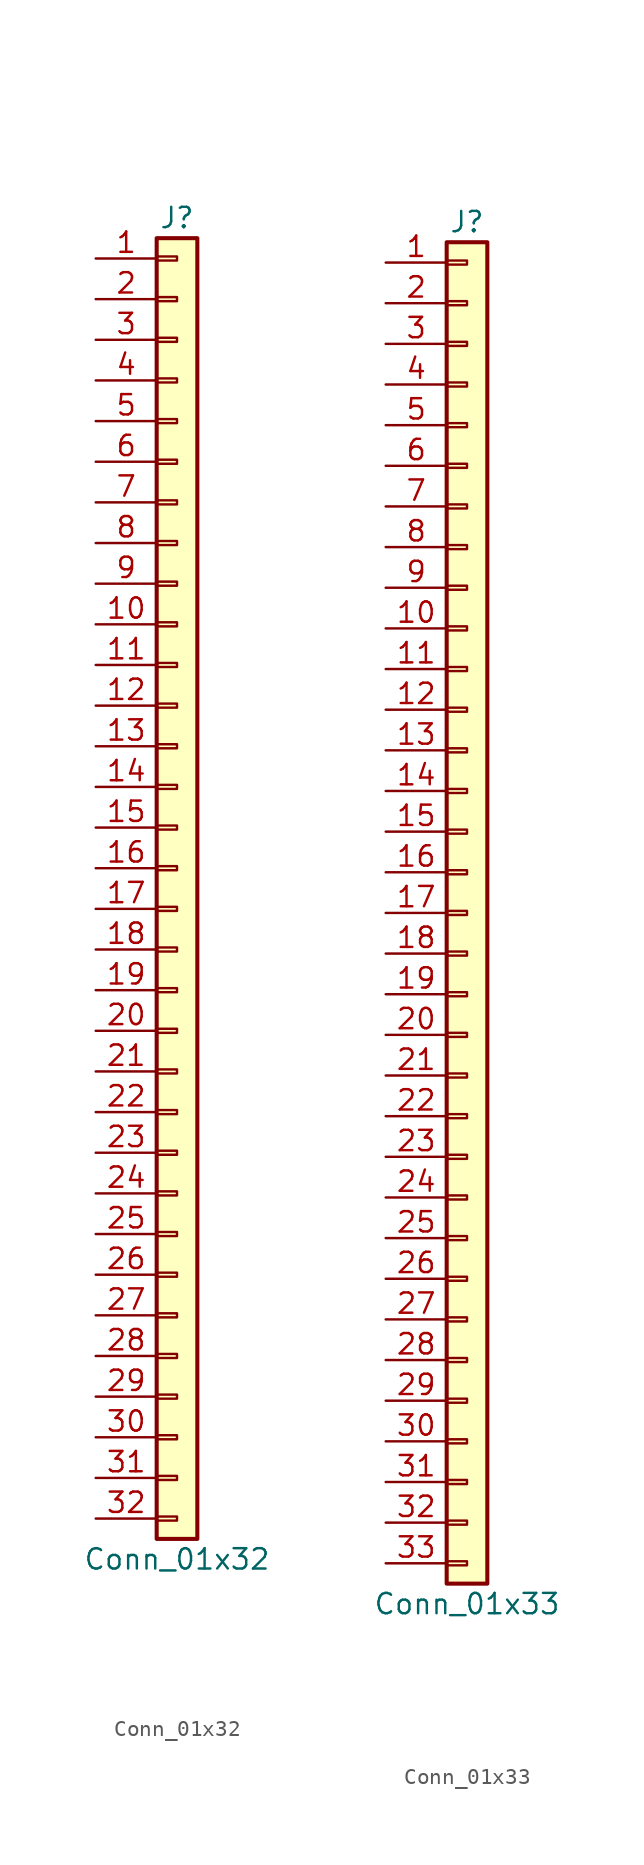
<source format=kicad_sym>
(kicad_symbol_lib
  (version 20201005)
  (generator kicad_symbol_editor)
  (symbol "Conn_01x32"
    (pin_names
      (offset 1.016) hide)
    (property "Reference" "J"
      (at 0 40.64 0)
      (effects (font (size 1.27 1.27))))
    (property "Value" "Conn_01x32"
      (at 0 -43.18 0)
      (effects (font (size 1.27 1.27))))
    (symbol "Conn_01x32_1_1"
      (rectangle (start -1.27 -40.513) (end 0 -40.767) (stroke (width 0.152)) (fill (type none)))
      (rectangle (start -1.27 -37.973) (end 0 -38.227) (stroke (width 0.152)) (fill (type none)))
      (rectangle (start -1.27 -35.433) (end 0 -35.687) (stroke (width 0.152)) (fill (type none)))
      (rectangle (start -1.27 -32.893) (end 0 -33.147) (stroke (width 0.152)) (fill (type none)))
      (rectangle (start -1.27 -30.353) (end 0 -30.607) (stroke (width 0.152)) (fill (type none)))
      (rectangle (start -1.27 -27.813) (end 0 -28.067) (stroke (width 0.152)) (fill (type none)))
      (rectangle (start -1.27 -25.273) (end 0 -25.527) (stroke (width 0.152)) (fill (type none)))
      (rectangle (start -1.27 -22.733) (end 0 -22.987) (stroke (width 0.152)) (fill (type none)))
      (rectangle (start -1.27 -20.193) (end 0 -20.447) (stroke (width 0.152)) (fill (type none)))
      (rectangle (start -1.27 -17.653) (end 0 -17.907) (stroke (width 0.152)) (fill (type none)))
      (rectangle (start -1.27 -15.113) (end 0 -15.367) (stroke (width 0.152)) (fill (type none)))
      (rectangle (start -1.27 -12.573) (end 0 -12.827) (stroke (width 0.152)) (fill (type none)))
      (rectangle (start -1.27 -10.033) (end 0 -10.287) (stroke (width 0.152)) (fill (type none)))
      (rectangle (start -1.27 -7.493) (end 0 -7.747) (stroke (width 0.152)) (fill (type none)))
      (rectangle (start -1.27 -4.953) (end 0 -5.207) (stroke (width 0.152)) (fill (type none)))
      (rectangle (start -1.27 -2.413) (end 0 -2.667) (stroke (width 0.152)) (fill (type none)))
      (rectangle (start -1.27 0.127) (end 0 -0.127) (stroke (width 0.152)) (fill (type none)))
      (rectangle (start -1.27 2.667) (end 0 2.413) (stroke (width 0.152)) (fill (type none)))
      (rectangle (start -1.27 5.207) (end 0 4.953) (stroke (width 0.152)) (fill (type none)))
      (rectangle (start -1.27 7.747) (end 0 7.493) (stroke (width 0.152)) (fill (type none)))
      (rectangle (start -1.27 10.287) (end 0 10.033) (stroke (width 0.152)) (fill (type none)))
      (rectangle (start -1.27 12.827) (end 0 12.573) (stroke (width 0.152)) (fill (type none)))
      (rectangle (start -1.27 15.367) (end 0 15.113) (stroke (width 0.152)) (fill (type none)))
      (rectangle (start -1.27 17.907) (end 0 17.653) (stroke (width 0.152)) (fill (type none)))
      (rectangle (start -1.27 20.447) (end 0 20.193) (stroke (width 0.152)) (fill (type none)))
      (rectangle (start -1.27 22.987) (end 0 22.733) (stroke (width 0.152)) (fill (type none)))
      (rectangle (start -1.27 25.527) (end 0 25.273) (stroke (width 0.152)) (fill (type none)))
      (rectangle (start -1.27 28.067) (end 0 27.813) (stroke (width 0.152)) (fill (type none)))
      (rectangle (start -1.27 30.607) (end 0 30.353) (stroke (width 0.152)) (fill (type none)))
      (rectangle (start -1.27 33.147) (end 0 32.893) (stroke (width 0.152)) (fill (type none)))
      (rectangle (start -1.27 35.687) (end 0 35.433) (stroke (width 0.152)) (fill (type none)))
      (rectangle (start -1.27 38.227) (end 0 37.973) (stroke (width 0.152)) (fill (type none)))
      (rectangle (start -1.27 39.37) (end 1.27 -41.91) (stroke (width 0.254)) (fill (type background)))
      (pin passive line (at -5.08 38.1 0) (length 3.81) (name "Pin_1" (effects (font (size 1.27 1.27)))) (number "1" (effects (font (size 1.27 1.27)))))
      (pin passive line (at -5.08 15.24 0) (length 3.81) (name "Pin_10" (effects (font (size 1.27 1.27)))) (number "10" (effects (font (size 1.27 1.27)))))
      (pin passive line (at -5.08 12.7 0) (length 3.81) (name "Pin_11" (effects (font (size 1.27 1.27)))) (number "11" (effects (font (size 1.27 1.27)))))
      (pin passive line (at -5.08 10.16 0) (length 3.81) (name "Pin_12" (effects (font (size 1.27 1.27)))) (number "12" (effects (font (size 1.27 1.27)))))
      (pin passive line (at -5.08 7.62 0) (length 3.81) (name "Pin_13" (effects (font (size 1.27 1.27)))) (number "13" (effects (font (size 1.27 1.27)))))
      (pin passive line (at -5.08 5.08 0) (length 3.81) (name "Pin_14" (effects (font (size 1.27 1.27)))) (number "14" (effects (font (size 1.27 1.27)))))
      (pin passive line (at -5.08 2.54 0) (length 3.81) (name "Pin_15" (effects (font (size 1.27 1.27)))) (number "15" (effects (font (size 1.27 1.27)))))
      (pin passive line (at -5.08 0 0) (length 3.81) (name "Pin_16" (effects (font (size 1.27 1.27)))) (number "16" (effects (font (size 1.27 1.27)))))
      (pin passive line (at -5.08 -2.54 0) (length 3.81) (name "Pin_17" (effects (font (size 1.27 1.27)))) (number "17" (effects (font (size 1.27 1.27)))))
      (pin passive line (at -5.08 -5.08 0) (length 3.81) (name "Pin_18" (effects (font (size 1.27 1.27)))) (number "18" (effects (font (size 1.27 1.27)))))
      (pin passive line (at -5.08 -7.62 0) (length 3.81) (name "Pin_19" (effects (font (size 1.27 1.27)))) (number "19" (effects (font (size 1.27 1.27)))))
      (pin passive line (at -5.08 35.56 0) (length 3.81) (name "Pin_2" (effects (font (size 1.27 1.27)))) (number "2" (effects (font (size 1.27 1.27)))))
      (pin passive line (at -5.08 -10.16 0) (length 3.81) (name "Pin_20" (effects (font (size 1.27 1.27)))) (number "20" (effects (font (size 1.27 1.27)))))
      (pin passive line (at -5.08 -12.7 0) (length 3.81) (name "Pin_21" (effects (font (size 1.27 1.27)))) (number "21" (effects (font (size 1.27 1.27)))))
      (pin passive line (at -5.08 -15.24 0) (length 3.81) (name "Pin_22" (effects (font (size 1.27 1.27)))) (number "22" (effects (font (size 1.27 1.27)))))
      (pin passive line (at -5.08 -17.78 0) (length 3.81) (name "Pin_23" (effects (font (size 1.27 1.27)))) (number "23" (effects (font (size 1.27 1.27)))))
      (pin passive line (at -5.08 -20.32 0) (length 3.81) (name "Pin_24" (effects (font (size 1.27 1.27)))) (number "24" (effects (font (size 1.27 1.27)))))
      (pin passive line (at -5.08 -22.86 0) (length 3.81) (name "Pin_25" (effects (font (size 1.27 1.27)))) (number "25" (effects (font (size 1.27 1.27)))))
      (pin passive line (at -5.08 -25.4 0) (length 3.81) (name "Pin_26" (effects (font (size 1.27 1.27)))) (number "26" (effects (font (size 1.27 1.27)))))
      (pin passive line (at -5.08 -27.94 0) (length 3.81) (name "Pin_27" (effects (font (size 1.27 1.27)))) (number "27" (effects (font (size 1.27 1.27)))))
      (pin passive line (at -5.08 -30.48 0) (length 3.81) (name "Pin_28" (effects (font (size 1.27 1.27)))) (number "28" (effects (font (size 1.27 1.27)))))
      (pin passive line (at -5.08 -33.02 0) (length 3.81) (name "Pin_29" (effects (font (size 1.27 1.27)))) (number "29" (effects (font (size 1.27 1.27)))))
      (pin passive line (at -5.08 33.02 0) (length 3.81) (name "Pin_3" (effects (font (size 1.27 1.27)))) (number "3" (effects (font (size 1.27 1.27)))))
      (pin passive line (at -5.08 -35.56 0) (length 3.81) (name "Pin_30" (effects (font (size 1.27 1.27)))) (number "30" (effects (font (size 1.27 1.27)))))
      (pin passive line (at -5.08 -38.1 0) (length 3.81) (name "Pin_31" (effects (font (size 1.27 1.27)))) (number "31" (effects (font (size 1.27 1.27)))))
      (pin passive line (at -5.08 -40.64 0) (length 3.81) (name "Pin_32" (effects (font (size 1.27 1.27)))) (number "32" (effects (font (size 1.27 1.27)))))
      (pin passive line (at -5.08 30.48 0) (length 3.81) (name "Pin_4" (effects (font (size 1.27 1.27)))) (number "4" (effects (font (size 1.27 1.27)))))
      (pin passive line (at -5.08 27.94 0) (length 3.81) (name "Pin_5" (effects (font (size 1.27 1.27)))) (number "5" (effects (font (size 1.27 1.27)))))
      (pin passive line (at -5.08 25.4 0) (length 3.81) (name "Pin_6" (effects (font (size 1.27 1.27)))) (number "6" (effects (font (size 1.27 1.27)))))
      (pin passive line (at -5.08 22.86 0) (length 3.81) (name "Pin_7" (effects (font (size 1.27 1.27)))) (number "7" (effects (font (size 1.27 1.27)))))
      (pin passive line (at -5.08 20.32 0) (length 3.81) (name "Pin_8" (effects (font (size 1.27 1.27)))) (number "8" (effects (font (size 1.27 1.27)))))
      (pin passive line (at -5.08 17.78 0) (length 3.81) (name "Pin_9" (effects (font (size 1.27 1.27)))) (number "9" (effects (font (size 1.27 1.27)))))))
  (symbol "Conn_01x33"
    (pin_names
      (offset 1.016) hide)
    (property "Reference" "J"
      (at 0 43.18 0)
      (effects (font (size 1.27 1.27))))
    (property "Value" "Conn_01x33"
      (at 0 -43.18 0)
      (effects (font (size 1.27 1.27))))
    (symbol "Conn_01x33_1_1"
      (rectangle (start -1.27 -40.513) (end 0 -40.767) (stroke (width 0.152)) (fill (type none)))
      (rectangle (start -1.27 -37.973) (end 0 -38.227) (stroke (width 0.152)) (fill (type none)))
      (rectangle (start -1.27 -35.433) (end 0 -35.687) (stroke (width 0.152)) (fill (type none)))
      (rectangle (start -1.27 -32.893) (end 0 -33.147) (stroke (width 0.152)) (fill (type none)))
      (rectangle (start -1.27 -30.353) (end 0 -30.607) (stroke (width 0.152)) (fill (type none)))
      (rectangle (start -1.27 -27.813) (end 0 -28.067) (stroke (width 0.152)) (fill (type none)))
      (rectangle (start -1.27 -25.273) (end 0 -25.527) (stroke (width 0.152)) (fill (type none)))
      (rectangle (start -1.27 -22.733) (end 0 -22.987) (stroke (width 0.152)) (fill (type none)))
      (rectangle (start -1.27 -20.193) (end 0 -20.447) (stroke (width 0.152)) (fill (type none)))
      (rectangle (start -1.27 -17.653) (end 0 -17.907) (stroke (width 0.152)) (fill (type none)))
      (rectangle (start -1.27 -15.113) (end 0 -15.367) (stroke (width 0.152)) (fill (type none)))
      (rectangle (start -1.27 -12.573) (end 0 -12.827) (stroke (width 0.152)) (fill (type none)))
      (rectangle (start -1.27 -10.033) (end 0 -10.287) (stroke (width 0.152)) (fill (type none)))
      (rectangle (start -1.27 -7.493) (end 0 -7.747) (stroke (width 0.152)) (fill (type none)))
      (rectangle (start -1.27 -4.953) (end 0 -5.207) (stroke (width 0.152)) (fill (type none)))
      (rectangle (start -1.27 -2.413) (end 0 -2.667) (stroke (width 0.152)) (fill (type none)))
      (rectangle (start -1.27 0.127) (end 0 -0.127) (stroke (width 0.152)) (fill (type none)))
      (rectangle (start -1.27 2.667) (end 0 2.413) (stroke (width 0.152)) (fill (type none)))
      (rectangle (start -1.27 5.207) (end 0 4.953) (stroke (width 0.152)) (fill (type none)))
      (rectangle (start -1.27 7.747) (end 0 7.493) (stroke (width 0.152)) (fill (type none)))
      (rectangle (start -1.27 10.287) (end 0 10.033) (stroke (width 0.152)) (fill (type none)))
      (rectangle (start -1.27 12.827) (end 0 12.573) (stroke (width 0.152)) (fill (type none)))
      (rectangle (start -1.27 15.367) (end 0 15.113) (stroke (width 0.152)) (fill (type none)))
      (rectangle (start -1.27 17.907) (end 0 17.653) (stroke (width 0.152)) (fill (type none)))
      (rectangle (start -1.27 20.447) (end 0 20.193) (stroke (width 0.152)) (fill (type none)))
      (rectangle (start -1.27 22.987) (end 0 22.733) (stroke (width 0.152)) (fill (type none)))
      (rectangle (start -1.27 25.527) (end 0 25.273) (stroke (width 0.152)) (fill (type none)))
      (rectangle (start -1.27 28.067) (end 0 27.813) (stroke (width 0.152)) (fill (type none)))
      (rectangle (start -1.27 30.607) (end 0 30.353) (stroke (width 0.152)) (fill (type none)))
      (rectangle (start -1.27 33.147) (end 0 32.893) (stroke (width 0.152)) (fill (type none)))
      (rectangle (start -1.27 35.687) (end 0 35.433) (stroke (width 0.152)) (fill (type none)))
      (rectangle (start -1.27 38.227) (end 0 37.973) (stroke (width 0.152)) (fill (type none)))
      (rectangle (start -1.27 40.767) (end 0 40.513) (stroke (width 0.152)) (fill (type none)))
      (rectangle (start -1.27 41.91) (end 1.27 -41.91) (stroke (width 0.254)) (fill (type background)))
      (pin passive line (at -5.08 40.64 0) (length 3.81) (name "Pin_1" (effects (font (size 1.27 1.27)))) (number "1" (effects (font (size 1.27 1.27)))))
      (pin passive line (at -5.08 17.78 0) (length 3.81) (name "Pin_10" (effects (font (size 1.27 1.27)))) (number "10" (effects (font (size 1.27 1.27)))))
      (pin passive line (at -5.08 15.24 0) (length 3.81) (name "Pin_11" (effects (font (size 1.27 1.27)))) (number "11" (effects (font (size 1.27 1.27)))))
      (pin passive line (at -5.08 12.7 0) (length 3.81) (name "Pin_12" (effects (font (size 1.27 1.27)))) (number "12" (effects (font (size 1.27 1.27)))))
      (pin passive line (at -5.08 10.16 0) (length 3.81) (name "Pin_13" (effects (font (size 1.27 1.27)))) (number "13" (effects (font (size 1.27 1.27)))))
      (pin passive line (at -5.08 7.62 0) (length 3.81) (name "Pin_14" (effects (font (size 1.27 1.27)))) (number "14" (effects (font (size 1.27 1.27)))))
      (pin passive line (at -5.08 5.08 0) (length 3.81) (name "Pin_15" (effects (font (size 1.27 1.27)))) (number "15" (effects (font (size 1.27 1.27)))))
      (pin passive line (at -5.08 2.54 0) (length 3.81) (name "Pin_16" (effects (font (size 1.27 1.27)))) (number "16" (effects (font (size 1.27 1.27)))))
      (pin passive line (at -5.08 0 0) (length 3.81) (name "Pin_17" (effects (font (size 1.27 1.27)))) (number "17" (effects (font (size 1.27 1.27)))))
      (pin passive line (at -5.08 -2.54 0) (length 3.81) (name "Pin_18" (effects (font (size 1.27 1.27)))) (number "18" (effects (font (size 1.27 1.27)))))
      (pin passive line (at -5.08 -5.08 0) (length 3.81) (name "Pin_19" (effects (font (size 1.27 1.27)))) (number "19" (effects (font (size 1.27 1.27)))))
      (pin passive line (at -5.08 38.1 0) (length 3.81) (name "Pin_2" (effects (font (size 1.27 1.27)))) (number "2" (effects (font (size 1.27 1.27)))))
      (pin passive line (at -5.08 -7.62 0) (length 3.81) (name "Pin_20" (effects (font (size 1.27 1.27)))) (number "20" (effects (font (size 1.27 1.27)))))
      (pin passive line (at -5.08 -10.16 0) (length 3.81) (name "Pin_21" (effects (font (size 1.27 1.27)))) (number "21" (effects (font (size 1.27 1.27)))))
      (pin passive line (at -5.08 -12.7 0) (length 3.81) (name "Pin_22" (effects (font (size 1.27 1.27)))) (number "22" (effects (font (size 1.27 1.27)))))
      (pin passive line (at -5.08 -15.24 0) (length 3.81) (name "Pin_23" (effects (font (size 1.27 1.27)))) (number "23" (effects (font (size 1.27 1.27)))))
      (pin passive line (at -5.08 -17.78 0) (length 3.81) (name "Pin_24" (effects (font (size 1.27 1.27)))) (number "24" (effects (font (size 1.27 1.27)))))
      (pin passive line (at -5.08 -20.32 0) (length 3.81) (name "Pin_25" (effects (font (size 1.27 1.27)))) (number "25" (effects (font (size 1.27 1.27)))))
      (pin passive line (at -5.08 -22.86 0) (length 3.81) (name "Pin_26" (effects (font (size 1.27 1.27)))) (number "26" (effects (font (size 1.27 1.27)))))
      (pin passive line (at -5.08 -25.4 0) (length 3.81) (name "Pin_27" (effects (font (size 1.27 1.27)))) (number "27" (effects (font (size 1.27 1.27)))))
      (pin passive line (at -5.08 -27.94 0) (length 3.81) (name "Pin_28" (effects (font (size 1.27 1.27)))) (number "28" (effects (font (size 1.27 1.27)))))
      (pin passive line (at -5.08 -30.48 0) (length 3.81) (name "Pin_29" (effects (font (size 1.27 1.27)))) (number "29" (effects (font (size 1.27 1.27)))))
      (pin passive line (at -5.08 35.56 0) (length 3.81) (name "Pin_3" (effects (font (size 1.27 1.27)))) (number "3" (effects (font (size 1.27 1.27)))))
      (pin passive line (at -5.08 -33.02 0) (length 3.81) (name "Pin_30" (effects (font (size 1.27 1.27)))) (number "30" (effects (font (size 1.27 1.27)))))
      (pin passive line (at -5.08 -35.56 0) (length 3.81) (name "Pin_31" (effects (font (size 1.27 1.27)))) (number "31" (effects (font (size 1.27 1.27)))))
      (pin passive line (at -5.08 -38.1 0) (length 3.81) (name "Pin_32" (effects (font (size 1.27 1.27)))) (number "32" (effects (font (size 1.27 1.27)))))
      (pin passive line (at -5.08 -40.64 0) (length 3.81) (name "Pin_33" (effects (font (size 1.27 1.27)))) (number "33" (effects (font (size 1.27 1.27)))))
      (pin passive line (at -5.08 33.02 0) (length 3.81) (name "Pin_4" (effects (font (size 1.27 1.27)))) (number "4" (effects (font (size 1.27 1.27)))))
      (pin passive line (at -5.08 30.48 0) (length 3.81) (name "Pin_5" (effects (font (size 1.27 1.27)))) (number "5" (effects (font (size 1.27 1.27)))))
      (pin passive line (at -5.08 27.94 0) (length 3.81) (name "Pin_6" (effects (font (size 1.27 1.27)))) (number "6" (effects (font (size 1.27 1.27)))))
      (pin passive line (at -5.08 25.4 0) (length 3.81) (name "Pin_7" (effects (font (size 1.27 1.27)))) (number "7" (effects (font (size 1.27 1.27)))))
      (pin passive line (at -5.08 22.86 0) (length 3.81) (name "Pin_8" (effects (font (size 1.27 1.27)))) (number "8" (effects (font (size 1.27 1.27)))))
      (pin passive line (at -5.08 20.32 0) (length 3.81) (name "Pin_9" (effects (font (size 1.27 1.27)))) (number "9" (effects (font (size 1.27 1.27))))))))
</source>
